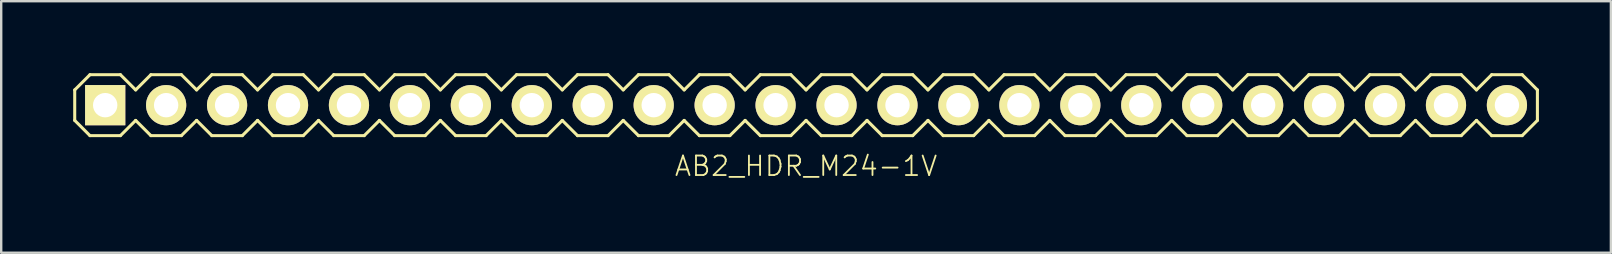
<source format=kicad_pcb>
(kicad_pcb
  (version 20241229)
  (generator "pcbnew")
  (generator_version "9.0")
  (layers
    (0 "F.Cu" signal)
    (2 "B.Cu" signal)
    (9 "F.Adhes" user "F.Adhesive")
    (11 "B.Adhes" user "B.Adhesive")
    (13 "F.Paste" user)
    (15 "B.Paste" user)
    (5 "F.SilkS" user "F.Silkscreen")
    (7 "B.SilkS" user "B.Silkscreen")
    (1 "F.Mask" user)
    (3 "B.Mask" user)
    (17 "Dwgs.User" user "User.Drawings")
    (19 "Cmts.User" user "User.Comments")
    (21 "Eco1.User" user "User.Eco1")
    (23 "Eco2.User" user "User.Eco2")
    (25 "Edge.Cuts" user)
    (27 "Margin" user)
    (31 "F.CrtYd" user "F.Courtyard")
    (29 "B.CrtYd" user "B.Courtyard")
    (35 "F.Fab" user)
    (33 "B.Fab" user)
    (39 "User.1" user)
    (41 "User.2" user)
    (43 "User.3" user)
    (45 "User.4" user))
  (footprint "AB2_HDR_M24-1V"
    (layer "F.Cu")
    (at 30.544 1.333)
    (property "Reference" "AB2_HDR_M24-1V" (at 0 2.54 0) (layer "F.SilkS") (effects (font (size 0.813 0.813) (thickness 0.076))))
    (attr through_hole)
    (fp_line (start -30.48 -0.635) (end -29.845 -1.27) (stroke (width 0.127) (type solid)) (layer "F.SilkS"))
    (fp_line (start -30.48 0.635) (end -30.48 -0.635) (stroke (width 0.127) (type solid)) (layer "F.SilkS"))
    (fp_line (start -29.845 -1.27) (end -28.575 -1.27) (stroke (width 0.127) (type solid)) (layer "F.SilkS"))
    (fp_line (start -29.845 1.27) (end -30.48 0.635) (stroke (width 0.127) (type solid)) (layer "F.SilkS"))
    (fp_line (start -28.575 -1.27) (end -27.94 -0.635) (stroke (width 0.127) (type solid)) (layer "F.SilkS"))
    (fp_line (start -28.575 1.27) (end -29.845 1.27) (stroke (width 0.127) (type solid)) (layer "F.SilkS"))
    (fp_line (start -27.94 -0.635) (end -27.305 -1.27) (stroke (width 0.127) (type solid)) (layer "F.SilkS"))
    (fp_line (start -27.94 0.635) (end -28.575 1.27) (stroke (width 0.127) (type solid)) (layer "F.SilkS"))
    (fp_line (start -27.305 -1.27) (end -26.035 -1.27) (stroke (width 0.127) (type solid)) (layer "F.SilkS"))
    (fp_line (start -27.305 1.27) (end -27.94 0.635) (stroke (width 0.127) (type solid)) (layer "F.SilkS"))
    (fp_line (start -26.035 -1.27) (end -25.4 -0.635) (stroke (width 0.127) (type solid)) (layer "F.SilkS"))
    (fp_line (start -26.035 1.27) (end -27.305 1.27) (stroke (width 0.127) (type solid)) (layer "F.SilkS"))
    (fp_line (start -25.4 -0.635) (end -24.765 -1.27) (stroke (width 0.127) (type solid)) (layer "F.SilkS"))
    (fp_line (start -25.4 0.635) (end -26.035 1.27) (stroke (width 0.127) (type solid)) (layer "F.SilkS"))
    (fp_line (start -24.765 -1.27) (end -23.495 -1.27) (stroke (width 0.127) (type solid)) (layer "F.SilkS"))
    (fp_line (start -24.765 1.27) (end -25.4 0.635) (stroke (width 0.127) (type solid)) (layer "F.SilkS"))
    (fp_line (start -23.495 -1.27) (end -22.86 -0.635) (stroke (width 0.127) (type solid)) (layer "F.SilkS"))
    (fp_line (start -23.495 1.27) (end -24.765 1.27) (stroke (width 0.127) (type solid)) (layer "F.SilkS"))
    (fp_line (start -22.86 -0.635) (end -22.225 -1.27) (stroke (width 0.127) (type solid)) (layer "F.SilkS"))
    (fp_line (start -22.86 0.635) (end -23.495 1.27) (stroke (width 0.127) (type solid)) (layer "F.SilkS"))
    (fp_line (start -22.225 -1.27) (end -20.955 -1.27) (stroke (width 0.127) (type solid)) (layer "F.SilkS"))
    (fp_line (start -22.225 1.27) (end -22.86 0.635) (stroke (width 0.127) (type solid)) (layer "F.SilkS"))
    (fp_line (start -20.955 -1.27) (end -20.32 -0.635) (stroke (width 0.127) (type solid)) (layer "F.SilkS"))
    (fp_line (start -20.955 1.27) (end -22.225 1.27) (stroke (width 0.127) (type solid)) (layer "F.SilkS"))
    (fp_line (start -20.32 -0.635) (end -19.685 -1.27) (stroke (width 0.127) (type solid)) (layer "F.SilkS"))
    (fp_line (start -20.32 0.635) (end -20.955 1.27) (stroke (width 0.127) (type solid)) (layer "F.SilkS"))
    (fp_line (start -19.685 -1.27) (end -18.415 -1.27) (stroke (width 0.127) (type solid)) (layer "F.SilkS"))
    (fp_line (start -19.685 1.27) (end -20.32 0.635) (stroke (width 0.127) (type solid)) (layer "F.SilkS"))
    (fp_line (start -18.415 -1.27) (end -17.78 -0.635) (stroke (width 0.127) (type solid)) (layer "F.SilkS"))
    (fp_line (start -18.415 1.27) (end -19.685 1.27) (stroke (width 0.127) (type solid)) (layer "F.SilkS"))
    (fp_line (start -17.78 -0.635) (end -17.145 -1.27) (stroke (width 0.127) (type solid)) (layer "F.SilkS"))
    (fp_line (start -17.78 0.635) (end -18.415 1.27) (stroke (width 0.127) (type solid)) (layer "F.SilkS"))
    (fp_line (start -17.145 -1.27) (end -15.875 -1.27) (stroke (width 0.127) (type solid)) (layer "F.SilkS"))
    (fp_line (start -17.145 1.27) (end -17.78 0.635) (stroke (width 0.127) (type solid)) (layer "F.SilkS"))
    (fp_line (start -15.875 -1.27) (end -15.24 -0.635) (stroke (width 0.127) (type solid)) (layer "F.SilkS"))
    (fp_line (start -15.875 1.27) (end -17.145 1.27) (stroke (width 0.127) (type solid)) (layer "F.SilkS"))
    (fp_line (start -15.24 -0.635) (end -14.605 -1.27) (stroke (width 0.127) (type solid)) (layer "F.SilkS"))
    (fp_line (start -15.24 0.635) (end -15.875 1.27) (stroke (width 0.127) (type solid)) (layer "F.SilkS"))
    (fp_line (start -14.605 -1.27) (end -13.335 -1.27) (stroke (width 0.127) (type solid)) (layer "F.SilkS"))
    (fp_line (start -14.605 1.27) (end -15.24 0.635) (stroke (width 0.127) (type solid)) (layer "F.SilkS"))
    (fp_line (start -13.335 -1.27) (end -12.7 -0.635) (stroke (width 0.127) (type solid)) (layer "F.SilkS"))
    (fp_line (start -13.335 1.27) (end -14.605 1.27) (stroke (width 0.127) (type solid)) (layer "F.SilkS"))
    (fp_line (start -12.7 -0.635) (end -12.065 -1.27) (stroke (width 0.127) (type solid)) (layer "F.SilkS"))
    (fp_line (start -12.7 0.635) (end -13.335 1.27) (stroke (width 0.127) (type solid)) (layer "F.SilkS"))
    (fp_line (start -12.065 -1.27) (end -10.795 -1.27) (stroke (width 0.127) (type solid)) (layer "F.SilkS"))
    (fp_line (start -12.065 1.27) (end -12.7 0.635) (stroke (width 0.127) (type solid)) (layer "F.SilkS"))
    (fp_line (start -10.795 -1.27) (end -10.16 -0.635) (stroke (width 0.127) (type solid)) (layer "F.SilkS"))
    (fp_line (start -10.795 1.27) (end -12.065 1.27) (stroke (width 0.127) (type solid)) (layer "F.SilkS"))
    (fp_line (start -10.16 -0.635) (end -9.525 -1.27) (stroke (width 0.127) (type solid)) (layer "F.SilkS"))
    (fp_line (start -10.16 0.635) (end -10.795 1.27) (stroke (width 0.127) (type solid)) (layer "F.SilkS"))
    (fp_line (start -9.525 -1.27) (end -8.255 -1.27) (stroke (width 0.127) (type solid)) (layer "F.SilkS"))
    (fp_line (start -9.525 1.27) (end -10.16 0.635) (stroke (width 0.127) (type solid)) (layer "F.SilkS"))
    (fp_line (start -8.255 -1.27) (end -7.62 -0.635) (stroke (width 0.127) (type solid)) (layer "F.SilkS"))
    (fp_line (start -8.255 1.27) (end -9.525 1.27) (stroke (width 0.127) (type solid)) (layer "F.SilkS"))
    (fp_line (start -7.62 -0.635) (end -6.985 -1.27) (stroke (width 0.127) (type solid)) (layer "F.SilkS"))
    (fp_line (start -7.62 0.635) (end -8.255 1.27) (stroke (width 0.127) (type solid)) (layer "F.SilkS"))
    (fp_line (start -6.985 -1.27) (end -5.715 -1.27) (stroke (width 0.127) (type solid)) (layer "F.SilkS"))
    (fp_line (start -6.985 1.27) (end -7.62 0.635) (stroke (width 0.127) (type solid)) (layer "F.SilkS"))
    (fp_line (start -5.715 -1.27) (end -5.08 -0.635) (stroke (width 0.127) (type solid)) (layer "F.SilkS"))
    (fp_line (start -5.715 1.27) (end -6.985 1.27) (stroke (width 0.127) (type solid)) (layer "F.SilkS"))
    (fp_line (start -5.08 -0.635) (end -4.445 -1.27) (stroke (width 0.127) (type solid)) (layer "F.SilkS"))
    (fp_line (start -5.08 0.635) (end -5.715 1.27) (stroke (width 0.127) (type solid)) (layer "F.SilkS"))
    (fp_line (start -4.445 -1.27) (end -3.175 -1.27) (stroke (width 0.127) (type solid)) (layer "F.SilkS"))
    (fp_line (start -4.445 1.27) (end -5.08 0.635) (stroke (width 0.127) (type solid)) (layer "F.SilkS"))
    (fp_line (start -3.175 -1.27) (end -2.54 -0.635) (stroke (width 0.127) (type solid)) (layer "F.SilkS"))
    (fp_line (start -3.175 1.27) (end -4.445 1.27) (stroke (width 0.127) (type solid)) (layer "F.SilkS"))
    (fp_line (start -2.54 -0.635) (end -1.905 -1.27) (stroke (width 0.127) (type solid)) (layer "F.SilkS"))
    (fp_line (start -2.54 0.635) (end -3.175 1.27) (stroke (width 0.127) (type solid)) (layer "F.SilkS"))
    (fp_line (start -1.905 -1.27) (end -0.635 -1.27) (stroke (width 0.127) (type solid)) (layer "F.SilkS"))
    (fp_line (start -1.905 1.27) (end -2.54 0.635) (stroke (width 0.127) (type solid)) (layer "F.SilkS"))
    (fp_line (start -0.635 -1.27) (end 0 -0.635) (stroke (width 0.127) (type solid)) (layer "F.SilkS"))
    (fp_line (start -0.635 1.27) (end -1.905 1.27) (stroke (width 0.127) (type solid)) (layer "F.SilkS"))
    (fp_line (start 0 -0.635) (end 0.635 -1.27) (stroke (width 0.127) (type solid)) (layer "F.SilkS"))
    (fp_line (start 0 0.635) (end -0.635 1.27) (stroke (width 0.127) (type solid)) (layer "F.SilkS"))
    (fp_line (start 0.635 -1.27) (end 1.905 -1.27) (stroke (width 0.127) (type solid)) (layer "F.SilkS"))
    (fp_line (start 0.635 1.27) (end 0 0.635) (stroke (width 0.127) (type solid)) (layer "F.SilkS"))
    (fp_line (start 1.905 -1.27) (end 2.54 -0.635) (stroke (width 0.127) (type solid)) (layer "F.SilkS"))
    (fp_line (start 1.905 1.27) (end 0.635 1.27) (stroke (width 0.127) (type solid)) (layer "F.SilkS"))
    (fp_line (start 2.54 -0.635) (end 3.175 -1.27) (stroke (width 0.127) (type solid)) (layer "F.SilkS"))
    (fp_line (start 2.54 0.635) (end 1.905 1.27) (stroke (width 0.127) (type solid)) (layer "F.SilkS"))
    (fp_line (start 3.175 -1.27) (end 4.445 -1.27) (stroke (width 0.127) (type solid)) (layer "F.SilkS"))
    (fp_line (start 3.175 1.27) (end 2.54 0.635) (stroke (width 0.127) (type solid)) (layer "F.SilkS"))
    (fp_line (start 4.445 -1.27) (end 5.08 -0.635) (stroke (width 0.127) (type solid)) (layer "F.SilkS"))
    (fp_line (start 4.445 1.27) (end 3.175 1.27) (stroke (width 0.127) (type solid)) (layer "F.SilkS"))
    (fp_line (start 5.08 -0.635) (end 5.715 -1.27) (stroke (width 0.127) (type solid)) (layer "F.SilkS"))
    (fp_line (start 5.08 0.635) (end 4.445 1.27) (stroke (width 0.127) (type solid)) (layer "F.SilkS"))
    (fp_line (start 5.715 -1.27) (end 6.985 -1.27) (stroke (width 0.127) (type solid)) (layer "F.SilkS"))
    (fp_line (start 5.715 1.27) (end 5.08 0.635) (stroke (width 0.127) (type solid)) (layer "F.SilkS"))
    (fp_line (start 6.985 -1.27) (end 7.62 -0.635) (stroke (width 0.127) (type solid)) (layer "F.SilkS"))
    (fp_line (start 6.985 1.27) (end 5.715 1.27) (stroke (width 0.127) (type solid)) (layer "F.SilkS"))
    (fp_line (start 7.62 -0.635) (end 8.255 -1.27) (stroke (width 0.127) (type solid)) (layer "F.SilkS"))
    (fp_line (start 7.62 0.635) (end 6.985 1.27) (stroke (width 0.127) (type solid)) (layer "F.SilkS"))
    (fp_line (start 8.255 -1.27) (end 9.525 -1.27) (stroke (width 0.127) (type solid)) (layer "F.SilkS"))
    (fp_line (start 8.255 1.27) (end 7.62 0.635) (stroke (width 0.127) (type solid)) (layer "F.SilkS"))
    (fp_line (start 9.525 -1.27) (end 10.16 -0.635) (stroke (width 0.127) (type solid)) (layer "F.SilkS"))
    (fp_line (start 9.525 1.27) (end 8.255 1.27) (stroke (width 0.127) (type solid)) (layer "F.SilkS"))
    (fp_line (start 10.16 -0.635) (end 10.795 -1.27) (stroke (width 0.127) (type solid)) (layer "F.SilkS"))
    (fp_line (start 10.16 0.635) (end 9.525 1.27) (stroke (width 0.127) (type solid)) (layer "F.SilkS"))
    (fp_line (start 10.795 -1.27) (end 12.065 -1.27) (stroke (width 0.127) (type solid)) (layer "F.SilkS"))
    (fp_line (start 10.795 1.27) (end 10.16 0.635) (stroke (width 0.127) (type solid)) (layer "F.SilkS"))
    (fp_line (start 12.065 -1.27) (end 12.7 -0.635) (stroke (width 0.127) (type solid)) (layer "F.SilkS"))
    (fp_line (start 12.065 1.27) (end 10.795 1.27) (stroke (width 0.127) (type solid)) (layer "F.SilkS"))
    (fp_line (start 12.7 -0.635) (end 13.335 -1.27) (stroke (width 0.127) (type solid)) (layer "F.SilkS"))
    (fp_line (start 12.7 0.635) (end 12.065 1.27) (stroke (width 0.127) (type solid)) (layer "F.SilkS"))
    (fp_line (start 13.335 -1.27) (end 14.605 -1.27) (stroke (width 0.127) (type solid)) (layer "F.SilkS"))
    (fp_line (start 13.335 1.27) (end 12.7 0.635) (stroke (width 0.127) (type solid)) (layer "F.SilkS"))
    (fp_line (start 14.605 -1.27) (end 15.24 -0.635) (stroke (width 0.127) (type solid)) (layer "F.SilkS"))
    (fp_line (start 14.605 1.27) (end 13.335 1.27) (stroke (width 0.127) (type solid)) (layer "F.SilkS"))
    (fp_line (start 15.24 -0.635) (end 15.875 -1.27) (stroke (width 0.127) (type solid)) (layer "F.SilkS"))
    (fp_line (start 15.24 0.635) (end 14.605 1.27) (stroke (width 0.127) (type solid)) (layer "F.SilkS"))
    (fp_line (start 15.875 -1.27) (end 17.145 -1.27) (stroke (width 0.127) (type solid)) (layer "F.SilkS"))
    (fp_line (start 15.875 1.27) (end 15.24 0.635) (stroke (width 0.127) (type solid)) (layer "F.SilkS"))
    (fp_line (start 17.145 -1.27) (end 17.78 -0.635) (stroke (width 0.127) (type solid)) (layer "F.SilkS"))
    (fp_line (start 17.145 1.27) (end 15.875 1.27) (stroke (width 0.127) (type solid)) (layer "F.SilkS"))
    (fp_line (start 17.78 -0.635) (end 18.415 -1.27) (stroke (width 0.127) (type solid)) (layer "F.SilkS"))
    (fp_line (start 17.78 0.635) (end 17.145 1.27) (stroke (width 0.127) (type solid)) (layer "F.SilkS"))
    (fp_line (start 18.415 -1.27) (end 19.685 -1.27) (stroke (width 0.127) (type solid)) (layer "F.SilkS"))
    (fp_line (start 18.415 1.27) (end 17.78 0.635) (stroke (width 0.127) (type solid)) (layer "F.SilkS"))
    (fp_line (start 19.685 -1.27) (end 20.32 -0.635) (stroke (width 0.127) (type solid)) (layer "F.SilkS"))
    (fp_line (start 19.685 1.27) (end 18.415 1.27) (stroke (width 0.127) (type solid)) (layer "F.SilkS"))
    (fp_line (start 20.32 -0.635) (end 20.955 -1.27) (stroke (width 0.127) (type solid)) (layer "F.SilkS"))
    (fp_line (start 20.32 0.635) (end 19.685 1.27) (stroke (width 0.127) (type solid)) (layer "F.SilkS"))
    (fp_line (start 20.955 -1.27) (end 22.225 -1.27) (stroke (width 0.127) (type solid)) (layer "F.SilkS"))
    (fp_line (start 20.955 1.27) (end 20.32 0.635) (stroke (width 0.127) (type solid)) (layer "F.SilkS"))
    (fp_line (start 22.225 -1.27) (end 22.86 -0.635) (stroke (width 0.127) (type solid)) (layer "F.SilkS"))
    (fp_line (start 22.225 1.27) (end 20.955 1.27) (stroke (width 0.127) (type solid)) (layer "F.SilkS"))
    (fp_line (start 22.86 -0.635) (end 23.495 -1.27) (stroke (width 0.127) (type solid)) (layer "F.SilkS"))
    (fp_line (start 22.86 0.635) (end 22.225 1.27) (stroke (width 0.127) (type solid)) (layer "F.SilkS"))
    (fp_line (start 23.495 -1.27) (end 24.765 -1.27) (stroke (width 0.127) (type solid)) (layer "F.SilkS"))
    (fp_line (start 23.495 1.27) (end 22.86 0.635) (stroke (width 0.127) (type solid)) (layer "F.SilkS"))
    (fp_line (start 24.765 -1.27) (end 25.4 -0.635) (stroke (width 0.127) (type solid)) (layer "F.SilkS"))
    (fp_line (start 24.765 1.27) (end 23.495 1.27) (stroke (width 0.127) (type solid)) (layer "F.SilkS"))
    (fp_line (start 25.4 -0.635) (end 26.035 -1.27) (stroke (width 0.127) (type solid)) (layer "F.SilkS"))
    (fp_line (start 25.4 0.635) (end 24.765 1.27) (stroke (width 0.127) (type solid)) (layer "F.SilkS"))
    (fp_line (start 26.035 -1.27) (end 27.305 -1.27) (stroke (width 0.127) (type solid)) (layer "F.SilkS"))
    (fp_line (start 26.035 1.27) (end 25.4 0.635) (stroke (width 0.127) (type solid)) (layer "F.SilkS"))
    (fp_line (start 27.305 -1.27) (end 27.94 -0.635) (stroke (width 0.127) (type solid)) (layer "F.SilkS"))
    (fp_line (start 27.305 1.27) (end 26.035 1.27) (stroke (width 0.127) (type solid)) (layer "F.SilkS"))
    (fp_line (start 27.94 -0.635) (end 28.575 -1.27) (stroke (width 0.127) (type solid)) (layer "F.SilkS"))
    (fp_line (start 27.94 0.635) (end 27.305 1.27) (stroke (width 0.127) (type solid)) (layer "F.SilkS"))
    (fp_line (start 28.575 -1.27) (end 29.845 -1.27) (stroke (width 0.127) (type solid)) (layer "F.SilkS"))
    (fp_line (start 28.575 1.27) (end 27.94 0.635) (stroke (width 0.127) (type solid)) (layer "F.SilkS"))
    (fp_line (start 29.845 -1.27) (end 30.48 -0.635) (stroke (width 0.127) (type solid)) (layer "F.SilkS"))
    (fp_line (start 29.845 1.27) (end 28.575 1.27) (stroke (width 0.127) (type solid)) (layer "F.SilkS"))
    (fp_line (start 30.48 -0.635) (end 30.48 0.635) (stroke (width 0.127) (type solid)) (layer "F.SilkS"))
    (fp_line (start 30.48 0.635) (end 29.845 1.27) (stroke (width 0.127) (type solid)) (layer "F.SilkS"))
    (pad "1" thru_hole rect (at -29.21 0) (size 1.676 1.676) (drill 1.016) (layers "*.Cu" "*.Mask" "F.SilkS"))
    (pad "2" thru_hole circle (at -26.67 0) (size 1.676 1.676) (drill 1.016) (layers "*.Cu" "*.Mask" "F.SilkS"))
    (pad "3" thru_hole circle (at -24.13 0) (size 1.676 1.676) (drill 1.016) (layers "*.Cu" "*.Mask" "F.SilkS"))
    (pad "4" thru_hole circle (at -21.59 0) (size 1.676 1.676) (drill 1.016) (layers "*.Cu" "*.Mask" "F.SilkS"))
    (pad "5" thru_hole circle (at -19.05 0) (size 1.676 1.676) (drill 1.016) (layers "*.Cu" "*.Mask" "F.SilkS"))
    (pad "6" thru_hole circle (at -16.51 0) (size 1.676 1.676) (drill 1.016) (layers "*.Cu" "*.Mask" "F.SilkS"))
    (pad "7" thru_hole circle (at -13.97 0) (size 1.676 1.676) (drill 1.016) (layers "*.Cu" "*.Mask" "F.SilkS"))
    (pad "8" thru_hole circle (at -11.43 0) (size 1.676 1.676) (drill 1.016) (layers "*.Cu" "*.Mask" "F.SilkS"))
    (pad "9" thru_hole circle (at -8.89 0) (size 1.676 1.676) (drill 1.016) (layers "*.Cu" "*.Mask" "F.SilkS"))
    (pad "10" thru_hole circle (at -6.35 0) (size 1.676 1.676) (drill 1.016) (layers "*.Cu" "*.Mask" "F.SilkS"))
    (pad "11" thru_hole circle (at -3.81 0) (size 1.676 1.676) (drill 1.016) (layers "*.Cu" "*.Mask" "F.SilkS"))
    (pad "12" thru_hole circle (at -1.27 0) (size 1.676 1.676) (drill 1.016) (layers "*.Cu" "*.Mask" "F.SilkS"))
    (pad "13" thru_hole circle (at 1.27 0) (size 1.676 1.676) (drill 1.016) (layers "*.Cu" "*.Mask" "F.SilkS"))
    (pad "14" thru_hole circle (at 3.81 0) (size 1.676 1.676) (drill 1.016) (layers "*.Cu" "*.Mask" "F.SilkS"))
    (pad "15" thru_hole circle (at 6.35 0) (size 1.676 1.676) (drill 1.016) (layers "*.Cu" "*.Mask" "F.SilkS"))
    (pad "16" thru_hole circle (at 8.89 0) (size 1.676 1.676) (drill 1.016) (layers "*.Cu" "*.Mask" "F.SilkS"))
    (pad "17" thru_hole circle (at 11.43 0) (size 1.676 1.676) (drill 1.016) (layers "*.Cu" "*.Mask" "F.SilkS"))
    (pad "18" thru_hole circle (at 13.97 0) (size 1.676 1.676) (drill 1.016) (layers "*.Cu" "*.Mask" "F.SilkS"))
    (pad "19" thru_hole circle (at 16.51 0) (size 1.676 1.676) (drill 1.016) (layers "*.Cu" "*.Mask" "F.SilkS"))
    (pad "20" thru_hole circle (at 19.05 0) (size 1.676 1.676) (drill 1.016) (layers "*.Cu" "*.Mask" "F.SilkS"))
    (pad "21" thru_hole circle (at 21.59 0) (size 1.676 1.676) (drill 1.016) (layers "*.Cu" "*.Mask" "F.SilkS"))
    (pad "22" thru_hole circle (at 24.13 0) (size 1.676 1.676) (drill 1.016) (layers "*.Cu" "*.Mask" "F.SilkS"))
    (pad "23" thru_hole circle (at 26.67 0) (size 1.676 1.676) (drill 1.016) (layers "*.Cu" "*.Mask" "F.SilkS"))
    (pad "24" thru_hole circle (at 29.21 0) (size 1.676 1.676) (drill 1.016) (layers "*.Cu" "*.Mask" "F.SilkS")))
  (gr_rect
    (start -3 -3)
    (end 64.087 7.483)
    (stroke (width 0.1) (type default))
    (fill no)
    (layer "Edge.Cuts")))
</source>
